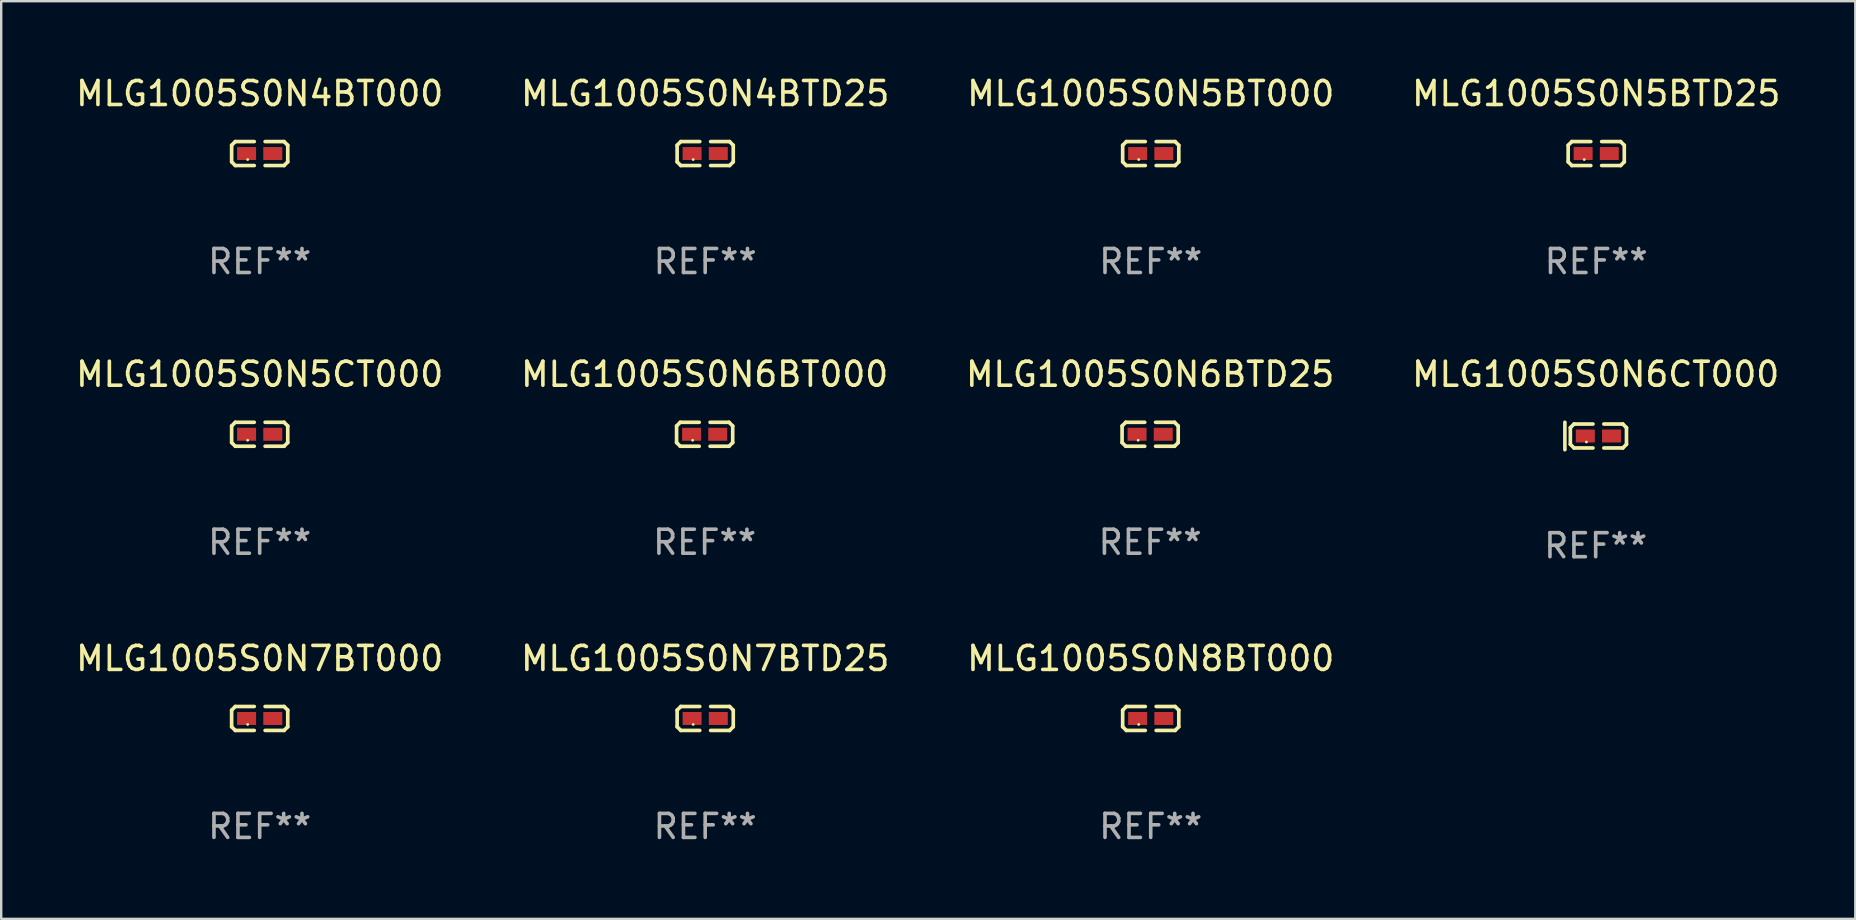
<source format=kicad_pcb>
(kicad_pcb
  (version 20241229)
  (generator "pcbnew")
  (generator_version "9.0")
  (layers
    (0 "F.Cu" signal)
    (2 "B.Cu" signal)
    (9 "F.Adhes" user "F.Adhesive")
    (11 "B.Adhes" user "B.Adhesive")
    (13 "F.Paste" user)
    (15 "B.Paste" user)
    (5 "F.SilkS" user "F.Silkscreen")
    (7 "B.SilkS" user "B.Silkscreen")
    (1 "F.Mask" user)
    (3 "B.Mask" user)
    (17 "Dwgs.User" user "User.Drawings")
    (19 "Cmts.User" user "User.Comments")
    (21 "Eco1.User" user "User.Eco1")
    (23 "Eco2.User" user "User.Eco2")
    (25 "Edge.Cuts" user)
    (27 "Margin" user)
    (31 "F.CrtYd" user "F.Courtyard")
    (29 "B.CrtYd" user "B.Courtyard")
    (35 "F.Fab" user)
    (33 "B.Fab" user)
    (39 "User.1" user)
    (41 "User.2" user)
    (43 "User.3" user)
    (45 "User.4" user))
  (footprint "MLG1005S0N6BTD25"
    (layer "F.Cu")
    (at 44.863 15.041)
    (property "Reference" "MLG1005S0N6BTD25" (at 0 -2.499 0) (layer "F.SilkS") (effects (font (size 1 1) (thickness 0.15))))
    (attr through_hole)
    (fp_line (start -1.169 -0.346) (end -1.016 -0.499) (stroke (width 0.152) (type solid)) (layer "F.SilkS"))
    (fp_line (start -1.169 0.346) (end -1.169 -0.346) (stroke (width 0.152) (type solid)) (layer "F.SilkS"))
    (fp_line (start -1.016 -0.499) (end -0.226 -0.499) (stroke (width 0.152) (type solid)) (layer "F.SilkS"))
    (fp_line (start -1.016 0.499) (end -1.169 0.346) (stroke (width 0.152) (type solid)) (layer "F.SilkS"))
    (fp_line (start -0.226 0.499) (end -1.016 0.499) (stroke (width 0.152) (type solid)) (layer "F.SilkS"))
    (fp_line (start 0.226 0.499) (end 1.016 0.499) (stroke (width 0.152) (type solid)) (layer "F.SilkS"))
    (fp_line (start 1.016 -0.499) (end 0.226 -0.499) (stroke (width 0.152) (type solid)) (layer "F.SilkS"))
    (fp_line (start 1.016 0.499) (end 1.169 0.346) (stroke (width 0.152) (type solid)) (layer "F.SilkS"))
    (fp_line (start 1.169 -0.346) (end 1.016 -0.499) (stroke (width 0.152) (type solid)) (layer "F.SilkS"))
    (fp_line (start 1.169 0.346) (end 1.169 -0.346) (stroke (width 0.152) (type solid)) (layer "F.SilkS"))
    (fp_circle (center -0.5 0.25) (end -0.47 0.25) (stroke (width 0.06) (type solid)) (fill no) (layer "F.SilkS"))
    (fp_text user "REF**" (at 0 4.499 0) (layer "F.Fab") (effects (font (size 1 1) (thickness 0.15))))
    (pad "1" smd rect (at -0.545 0) (size 0.79 0.54) (layers "F.Cu" "F.Mask" "F.Paste"))
    (pad "2" smd rect (at 0.545 0) (size 0.79 0.54) (layers "F.Cu" "F.Mask" "F.Paste")))
  (footprint "MLG1005S0N7BT000"
    (layer "F.Cu")
    (at 7.768 26.88)
    (property "Reference" "MLG1005S0N7BT000" (at 0 -2.499 0) (layer "F.SilkS") (effects (font (size 1 1) (thickness 0.15))))
    (attr through_hole)
    (fp_line (start -1.169 -0.346) (end -1.016 -0.499) (stroke (width 0.152) (type solid)) (layer "F.SilkS"))
    (fp_line (start -1.169 0.346) (end -1.169 -0.346) (stroke (width 0.152) (type solid)) (layer "F.SilkS"))
    (fp_line (start -1.016 -0.499) (end -0.226 -0.499) (stroke (width 0.152) (type solid)) (layer "F.SilkS"))
    (fp_line (start -1.016 0.499) (end -1.169 0.346) (stroke (width 0.152) (type solid)) (layer "F.SilkS"))
    (fp_line (start -0.226 0.499) (end -1.016 0.499) (stroke (width 0.152) (type solid)) (layer "F.SilkS"))
    (fp_line (start 0.226 0.499) (end 1.016 0.499) (stroke (width 0.152) (type solid)) (layer "F.SilkS"))
    (fp_line (start 1.016 -0.499) (end 0.226 -0.499) (stroke (width 0.152) (type solid)) (layer "F.SilkS"))
    (fp_line (start 1.016 0.499) (end 1.169 0.346) (stroke (width 0.152) (type solid)) (layer "F.SilkS"))
    (fp_line (start 1.169 -0.346) (end 1.016 -0.499) (stroke (width 0.152) (type solid)) (layer "F.SilkS"))
    (fp_line (start 1.169 0.346) (end 1.169 -0.346) (stroke (width 0.152) (type solid)) (layer "F.SilkS"))
    (fp_circle (center -0.5 0.25) (end -0.47 0.25) (stroke (width 0.06) (type solid)) (fill no) (layer "F.SilkS"))
    (fp_text user "REF**" (at 0 4.499 0) (layer "F.Fab") (effects (font (size 1 1) (thickness 0.15))))
    (pad "1" smd rect (at -0.545 0) (size 0.79 0.54) (layers "F.Cu" "F.Mask" "F.Paste"))
    (pad "2" smd rect (at 0.545 0) (size 0.79 0.54) (layers "F.Cu" "F.Mask" "F.Paste")))
  (footprint "MLG1005S0N6CT000"
    (layer "F.Cu")
    (at 63.423 15.113)
    (property "Reference" "MLG1005S0N6CT000" (at 0 -2.572 0) (layer "F.SilkS") (effects (font (size 1 1) (thickness 0.15))))
    (attr through_hole)
    (fp_line (start -1.283 -0.572) (end -1.283 0.572) (stroke (width 0.15) (type solid)) (layer "F.SilkS"))
    (fp_line (start -1.055 -0.346) (end -0.902 -0.499) (stroke (width 0.152) (type solid)) (layer "F.SilkS"))
    (fp_line (start -1.055 0.346) (end -1.055 -0.346) (stroke (width 0.152) (type solid)) (layer "F.SilkS"))
    (fp_line (start -0.902 -0.499) (end -0.112 -0.499) (stroke (width 0.152) (type solid)) (layer "F.SilkS"))
    (fp_line (start -0.902 0.499) (end -1.055 0.346) (stroke (width 0.152) (type solid)) (layer "F.SilkS"))
    (fp_line (start -0.112 0.499) (end -0.902 0.499) (stroke (width 0.152) (type solid)) (layer "F.SilkS"))
    (fp_line (start 0.34 0.499) (end 1.13 0.499) (stroke (width 0.152) (type solid)) (layer "F.SilkS"))
    (fp_line (start 1.13 -0.499) (end 0.34 -0.499) (stroke (width 0.152) (type solid)) (layer "F.SilkS"))
    (fp_line (start 1.13 0.499) (end 1.283 0.346) (stroke (width 0.152) (type solid)) (layer "F.SilkS"))
    (fp_line (start 1.283 -0.346) (end 1.13 -0.499) (stroke (width 0.152) (type solid)) (layer "F.SilkS"))
    (fp_line (start 1.283 0.346) (end 1.283 -0.346) (stroke (width 0.152) (type solid)) (layer "F.SilkS"))
    (fp_circle (center -0.386 0.25) (end -0.356 0.25) (stroke (width 0.06) (type solid)) (fill no) (layer "F.SilkS"))
    (fp_text user "REF**" (at 0 4.572 0) (layer "F.Fab") (effects (font (size 1 1) (thickness 0.15))))
    (pad "1" smd rect (at -0.431 0) (size 0.79 0.54) (layers "F.Cu" "F.Mask" "F.Paste"))
    (pad "2" smd rect (at 0.659 0) (size 0.79 0.54) (layers "F.Cu" "F.Mask" "F.Paste")))
  (footprint "MLG1005S0N6BT000"
    (layer "F.Cu")
    (at 26.304 15.041)
    (property "Reference" "MLG1005S0N6BT000" (at 0 -2.499 0) (layer "F.SilkS") (effects (font (size 1 1) (thickness 0.15))))
    (attr through_hole)
    (fp_line (start -1.169 -0.346) (end -1.016 -0.499) (stroke (width 0.152) (type solid)) (layer "F.SilkS"))
    (fp_line (start -1.169 0.346) (end -1.169 -0.346) (stroke (width 0.152) (type solid)) (layer "F.SilkS"))
    (fp_line (start -1.016 -0.499) (end -0.226 -0.499) (stroke (width 0.152) (type solid)) (layer "F.SilkS"))
    (fp_line (start -1.016 0.499) (end -1.169 0.346) (stroke (width 0.152) (type solid)) (layer "F.SilkS"))
    (fp_line (start -0.226 0.499) (end -1.016 0.499) (stroke (width 0.152) (type solid)) (layer "F.SilkS"))
    (fp_line (start 0.226 0.499) (end 1.016 0.499) (stroke (width 0.152) (type solid)) (layer "F.SilkS"))
    (fp_line (start 1.016 -0.499) (end 0.226 -0.499) (stroke (width 0.152) (type solid)) (layer "F.SilkS"))
    (fp_line (start 1.016 0.499) (end 1.169 0.346) (stroke (width 0.152) (type solid)) (layer "F.SilkS"))
    (fp_line (start 1.169 -0.346) (end 1.016 -0.499) (stroke (width 0.152) (type solid)) (layer "F.SilkS"))
    (fp_line (start 1.169 0.346) (end 1.169 -0.346) (stroke (width 0.152) (type solid)) (layer "F.SilkS"))
    (fp_circle (center -0.5 0.25) (end -0.47 0.25) (stroke (width 0.06) (type solid)) (fill no) (layer "F.SilkS"))
    (fp_text user "REF**" (at 0 4.499 0) (layer "F.Fab") (effects (font (size 1 1) (thickness 0.15))))
    (pad "1" smd rect (at -0.545 0) (size 0.79 0.54) (layers "F.Cu" "F.Mask" "F.Paste"))
    (pad "2" smd rect (at 0.545 0) (size 0.79 0.54) (layers "F.Cu" "F.Mask" "F.Paste")))
  (footprint "MLG1005S0N8BT000"
    (layer "F.Cu")
    (at 44.887 26.88)
    (property "Reference" "MLG1005S0N8BT000" (at 0 -2.499 0) (layer "F.SilkS") (effects (font (size 1 1) (thickness 0.15))))
    (attr through_hole)
    (fp_line (start -1.169 -0.346) (end -1.016 -0.499) (stroke (width 0.152) (type solid)) (layer "F.SilkS"))
    (fp_line (start -1.169 0.346) (end -1.169 -0.346) (stroke (width 0.152) (type solid)) (layer "F.SilkS"))
    (fp_line (start -1.016 -0.499) (end -0.226 -0.499) (stroke (width 0.152) (type solid)) (layer "F.SilkS"))
    (fp_line (start -1.016 0.499) (end -1.169 0.346) (stroke (width 0.152) (type solid)) (layer "F.SilkS"))
    (fp_line (start -0.226 0.499) (end -1.016 0.499) (stroke (width 0.152) (type solid)) (layer "F.SilkS"))
    (fp_line (start 0.226 0.499) (end 1.016 0.499) (stroke (width 0.152) (type solid)) (layer "F.SilkS"))
    (fp_line (start 1.016 -0.499) (end 0.226 -0.499) (stroke (width 0.152) (type solid)) (layer "F.SilkS"))
    (fp_line (start 1.016 0.499) (end 1.169 0.346) (stroke (width 0.152) (type solid)) (layer "F.SilkS"))
    (fp_line (start 1.169 -0.346) (end 1.016 -0.499) (stroke (width 0.152) (type solid)) (layer "F.SilkS"))
    (fp_line (start 1.169 0.346) (end 1.169 -0.346) (stroke (width 0.152) (type solid)) (layer "F.SilkS"))
    (fp_circle (center -0.5 0.25) (end -0.47 0.25) (stroke (width 0.06) (type solid)) (fill no) (layer "F.SilkS"))
    (fp_text user "REF**" (at 0 4.499 0) (layer "F.Fab") (effects (font (size 1 1) (thickness 0.15))))
    (pad "1" smd rect (at -0.545 0) (size 0.79 0.54) (layers "F.Cu" "F.Mask" "F.Paste"))
    (pad "2" smd rect (at 0.545 0) (size 0.79 0.54) (layers "F.Cu" "F.Mask" "F.Paste")))
  (footprint "MLG1005S0N5CT000"
    (layer "F.Cu")
    (at 7.768 15.041)
    (property "Reference" "MLG1005S0N5CT000" (at 0 -2.499 0) (layer "F.SilkS") (effects (font (size 1 1) (thickness 0.15))))
    (attr through_hole)
    (fp_line (start -1.169 -0.346) (end -1.016 -0.499) (stroke (width 0.152) (type solid)) (layer "F.SilkS"))
    (fp_line (start -1.169 0.346) (end -1.169 -0.346) (stroke (width 0.152) (type solid)) (layer "F.SilkS"))
    (fp_line (start -1.016 -0.499) (end -0.226 -0.499) (stroke (width 0.152) (type solid)) (layer "F.SilkS"))
    (fp_line (start -1.016 0.499) (end -1.169 0.346) (stroke (width 0.152) (type solid)) (layer "F.SilkS"))
    (fp_line (start -0.226 0.499) (end -1.016 0.499) (stroke (width 0.152) (type solid)) (layer "F.SilkS"))
    (fp_line (start 0.226 0.499) (end 1.016 0.499) (stroke (width 0.152) (type solid)) (layer "F.SilkS"))
    (fp_line (start 1.016 -0.499) (end 0.226 -0.499) (stroke (width 0.152) (type solid)) (layer "F.SilkS"))
    (fp_line (start 1.016 0.499) (end 1.169 0.346) (stroke (width 0.152) (type solid)) (layer "F.SilkS"))
    (fp_line (start 1.169 -0.346) (end 1.016 -0.499) (stroke (width 0.152) (type solid)) (layer "F.SilkS"))
    (fp_line (start 1.169 0.346) (end 1.169 -0.346) (stroke (width 0.152) (type solid)) (layer "F.SilkS"))
    (fp_circle (center -0.5 0.25) (end -0.47 0.25) (stroke (width 0.06) (type solid)) (fill no) (layer "F.SilkS"))
    (fp_text user "REF**" (at 0 4.499 0) (layer "F.Fab") (effects (font (size 1 1) (thickness 0.15))))
    (pad "1" smd rect (at -0.545 0) (size 0.79 0.54) (layers "F.Cu" "F.Mask" "F.Paste"))
    (pad "2" smd rect (at 0.545 0) (size 0.79 0.54) (layers "F.Cu" "F.Mask" "F.Paste")))
  (footprint "MLG1005S0N7BTD25"
    (layer "F.Cu")
    (at 26.327 26.88)
    (property "Reference" "MLG1005S0N7BTD25" (at 0 -2.499 0) (layer "F.SilkS") (effects (font (size 1 1) (thickness 0.15))))
    (attr through_hole)
    (fp_line (start -1.169 -0.346) (end -1.016 -0.499) (stroke (width 0.152) (type solid)) (layer "F.SilkS"))
    (fp_line (start -1.169 0.346) (end -1.169 -0.346) (stroke (width 0.152) (type solid)) (layer "F.SilkS"))
    (fp_line (start -1.016 -0.499) (end -0.226 -0.499) (stroke (width 0.152) (type solid)) (layer "F.SilkS"))
    (fp_line (start -1.016 0.499) (end -1.169 0.346) (stroke (width 0.152) (type solid)) (layer "F.SilkS"))
    (fp_line (start -0.226 0.499) (end -1.016 0.499) (stroke (width 0.152) (type solid)) (layer "F.SilkS"))
    (fp_line (start 0.226 0.499) (end 1.016 0.499) (stroke (width 0.152) (type solid)) (layer "F.SilkS"))
    (fp_line (start 1.016 -0.499) (end 0.226 -0.499) (stroke (width 0.152) (type solid)) (layer "F.SilkS"))
    (fp_line (start 1.016 0.499) (end 1.169 0.346) (stroke (width 0.152) (type solid)) (layer "F.SilkS"))
    (fp_line (start 1.169 -0.346) (end 1.016 -0.499) (stroke (width 0.152) (type solid)) (layer "F.SilkS"))
    (fp_line (start 1.169 0.346) (end 1.169 -0.346) (stroke (width 0.152) (type solid)) (layer "F.SilkS"))
    (fp_circle (center -0.5 0.25) (end -0.47 0.25) (stroke (width 0.06) (type solid)) (fill no) (layer "F.SilkS"))
    (fp_text user "REF**" (at 0 4.499 0) (layer "F.Fab") (effects (font (size 1 1) (thickness 0.15))))
    (pad "1" smd rect (at -0.545 0) (size 0.79 0.54) (layers "F.Cu" "F.Mask" "F.Paste"))
    (pad "2" smd rect (at 0.545 0) (size 0.79 0.54) (layers "F.Cu" "F.Mask" "F.Paste")))
  (footprint "MLG1005S0N5BTD25"
    (layer "F.Cu")
    (at 63.446 3.347)
    (property "Reference" "MLG1005S0N5BTD25" (at 0 -2.499 0) (layer "F.SilkS") (effects (font (size 1 1) (thickness 0.15))))
    (attr through_hole)
    (fp_line (start -1.169 -0.346) (end -1.016 -0.499) (stroke (width 0.152) (type solid)) (layer "F.SilkS"))
    (fp_line (start -1.169 0.346) (end -1.169 -0.346) (stroke (width 0.152) (type solid)) (layer "F.SilkS"))
    (fp_line (start -1.016 -0.499) (end -0.226 -0.499) (stroke (width 0.152) (type solid)) (layer "F.SilkS"))
    (fp_line (start -1.016 0.499) (end -1.169 0.346) (stroke (width 0.152) (type solid)) (layer "F.SilkS"))
    (fp_line (start -0.226 0.499) (end -1.016 0.499) (stroke (width 0.152) (type solid)) (layer "F.SilkS"))
    (fp_line (start 0.226 0.499) (end 1.016 0.499) (stroke (width 0.152) (type solid)) (layer "F.SilkS"))
    (fp_line (start 1.016 -0.499) (end 0.226 -0.499) (stroke (width 0.152) (type solid)) (layer "F.SilkS"))
    (fp_line (start 1.016 0.499) (end 1.169 0.346) (stroke (width 0.152) (type solid)) (layer "F.SilkS"))
    (fp_line (start 1.169 -0.346) (end 1.016 -0.499) (stroke (width 0.152) (type solid)) (layer "F.SilkS"))
    (fp_line (start 1.169 0.346) (end 1.169 -0.346) (stroke (width 0.152) (type solid)) (layer "F.SilkS"))
    (fp_circle (center -0.5 0.25) (end -0.47 0.25) (stroke (width 0.06) (type solid)) (fill no) (layer "F.SilkS"))
    (fp_text user "REF**" (at 0 4.499 0) (layer "F.Fab") (effects (font (size 1 1) (thickness 0.15))))
    (pad "1" smd rect (at -0.545 0) (size 0.79 0.54) (layers "F.Cu" "F.Mask" "F.Paste"))
    (pad "2" smd rect (at 0.545 0) (size 0.79 0.54) (layers "F.Cu" "F.Mask" "F.Paste")))
  (footprint "MLG1005S0N4BTD25"
    (layer "F.Cu")
    (at 26.327 3.347)
    (property "Reference" "MLG1005S0N4BTD25" (at 0 -2.499 0) (layer "F.SilkS") (effects (font (size 1 1) (thickness 0.15))))
    (attr through_hole)
    (fp_line (start -1.169 -0.346) (end -1.016 -0.499) (stroke (width 0.152) (type solid)) (layer "F.SilkS"))
    (fp_line (start -1.169 0.346) (end -1.169 -0.346) (stroke (width 0.152) (type solid)) (layer "F.SilkS"))
    (fp_line (start -1.016 -0.499) (end -0.226 -0.499) (stroke (width 0.152) (type solid)) (layer "F.SilkS"))
    (fp_line (start -1.016 0.499) (end -1.169 0.346) (stroke (width 0.152) (type solid)) (layer "F.SilkS"))
    (fp_line (start -0.226 0.499) (end -1.016 0.499) (stroke (width 0.152) (type solid)) (layer "F.SilkS"))
    (fp_line (start 0.226 0.499) (end 1.016 0.499) (stroke (width 0.152) (type solid)) (layer "F.SilkS"))
    (fp_line (start 1.016 -0.499) (end 0.226 -0.499) (stroke (width 0.152) (type solid)) (layer "F.SilkS"))
    (fp_line (start 1.016 0.499) (end 1.169 0.346) (stroke (width 0.152) (type solid)) (layer "F.SilkS"))
    (fp_line (start 1.169 -0.346) (end 1.016 -0.499) (stroke (width 0.152) (type solid)) (layer "F.SilkS"))
    (fp_line (start 1.169 0.346) (end 1.169 -0.346) (stroke (width 0.152) (type solid)) (layer "F.SilkS"))
    (fp_circle (center -0.5 0.25) (end -0.47 0.25) (stroke (width 0.06) (type solid)) (fill no) (layer "F.SilkS"))
    (fp_text user "REF**" (at 0 4.499 0) (layer "F.Fab") (effects (font (size 1 1) (thickness 0.15))))
    (pad "1" smd rect (at -0.545 0) (size 0.79 0.54) (layers "F.Cu" "F.Mask" "F.Paste"))
    (pad "2" smd rect (at 0.545 0) (size 0.79 0.54) (layers "F.Cu" "F.Mask" "F.Paste")))
  (footprint "MLG1005S0N4BT000"
    (layer "F.Cu")
    (at 7.768 3.347)
    (property "Reference" "MLG1005S0N4BT000" (at 0 -2.499 0) (layer "F.SilkS") (effects (font (size 1 1) (thickness 0.15))))
    (attr through_hole)
    (fp_line (start -1.169 -0.346) (end -1.016 -0.499) (stroke (width 0.152) (type solid)) (layer "F.SilkS"))
    (fp_line (start -1.169 0.346) (end -1.169 -0.346) (stroke (width 0.152) (type solid)) (layer "F.SilkS"))
    (fp_line (start -1.016 -0.499) (end -0.226 -0.499) (stroke (width 0.152) (type solid)) (layer "F.SilkS"))
    (fp_line (start -1.016 0.499) (end -1.169 0.346) (stroke (width 0.152) (type solid)) (layer "F.SilkS"))
    (fp_line (start -0.226 0.499) (end -1.016 0.499) (stroke (width 0.152) (type solid)) (layer "F.SilkS"))
    (fp_line (start 0.226 0.499) (end 1.016 0.499) (stroke (width 0.152) (type solid)) (layer "F.SilkS"))
    (fp_line (start 1.016 -0.499) (end 0.226 -0.499) (stroke (width 0.152) (type solid)) (layer "F.SilkS"))
    (fp_line (start 1.016 0.499) (end 1.169 0.346) (stroke (width 0.152) (type solid)) (layer "F.SilkS"))
    (fp_line (start 1.169 -0.346) (end 1.016 -0.499) (stroke (width 0.152) (type solid)) (layer "F.SilkS"))
    (fp_line (start 1.169 0.346) (end 1.169 -0.346) (stroke (width 0.152) (type solid)) (layer "F.SilkS"))
    (fp_circle (center -0.5 0.25) (end -0.47 0.25) (stroke (width 0.06) (type solid)) (fill no) (layer "F.SilkS"))
    (fp_text user "REF**" (at 0 4.499 0) (layer "F.Fab") (effects (font (size 1 1) (thickness 0.15))))
    (pad "1" smd rect (at -0.545 0) (size 0.79 0.54) (layers "F.Cu" "F.Mask" "F.Paste"))
    (pad "2" smd rect (at 0.545 0) (size 0.79 0.54) (layers "F.Cu" "F.Mask" "F.Paste")))
  (footprint "MLG1005S0N5BT000"
    (layer "F.Cu")
    (at 44.887 3.347)
    (property "Reference" "MLG1005S0N5BT000" (at 0 -2.499 0) (layer "F.SilkS") (effects (font (size 1 1) (thickness 0.15))))
    (attr through_hole)
    (fp_line (start -1.169 -0.346) (end -1.016 -0.499) (stroke (width 0.152) (type solid)) (layer "F.SilkS"))
    (fp_line (start -1.169 0.346) (end -1.169 -0.346) (stroke (width 0.152) (type solid)) (layer "F.SilkS"))
    (fp_line (start -1.016 -0.499) (end -0.226 -0.499) (stroke (width 0.152) (type solid)) (layer "F.SilkS"))
    (fp_line (start -1.016 0.499) (end -1.169 0.346) (stroke (width 0.152) (type solid)) (layer "F.SilkS"))
    (fp_line (start -0.226 0.499) (end -1.016 0.499) (stroke (width 0.152) (type solid)) (layer "F.SilkS"))
    (fp_line (start 0.226 0.499) (end 1.016 0.499) (stroke (width 0.152) (type solid)) (layer "F.SilkS"))
    (fp_line (start 1.016 -0.499) (end 0.226 -0.499) (stroke (width 0.152) (type solid)) (layer "F.SilkS"))
    (fp_line (start 1.016 0.499) (end 1.169 0.346) (stroke (width 0.152) (type solid)) (layer "F.SilkS"))
    (fp_line (start 1.169 -0.346) (end 1.016 -0.499) (stroke (width 0.152) (type solid)) (layer "F.SilkS"))
    (fp_line (start 1.169 0.346) (end 1.169 -0.346) (stroke (width 0.152) (type solid)) (layer "F.SilkS"))
    (fp_circle (center -0.5 0.25) (end -0.47 0.25) (stroke (width 0.06) (type solid)) (fill no) (layer "F.SilkS"))
    (fp_text user "REF**" (at 0 4.499 0) (layer "F.Fab") (effects (font (size 1 1) (thickness 0.15))))
    (pad "1" smd rect (at -0.545 0) (size 0.79 0.54) (layers "F.Cu" "F.Mask" "F.Paste"))
    (pad "2" smd rect (at 0.545 0) (size 0.79 0.54) (layers "F.Cu" "F.Mask" "F.Paste")))
  (gr_rect
    (start -3 -3)
    (end 74.238 35.227)
    (stroke (width 0.1) (type default))
    (fill no)
    (layer "Edge.Cuts")))
</source>
